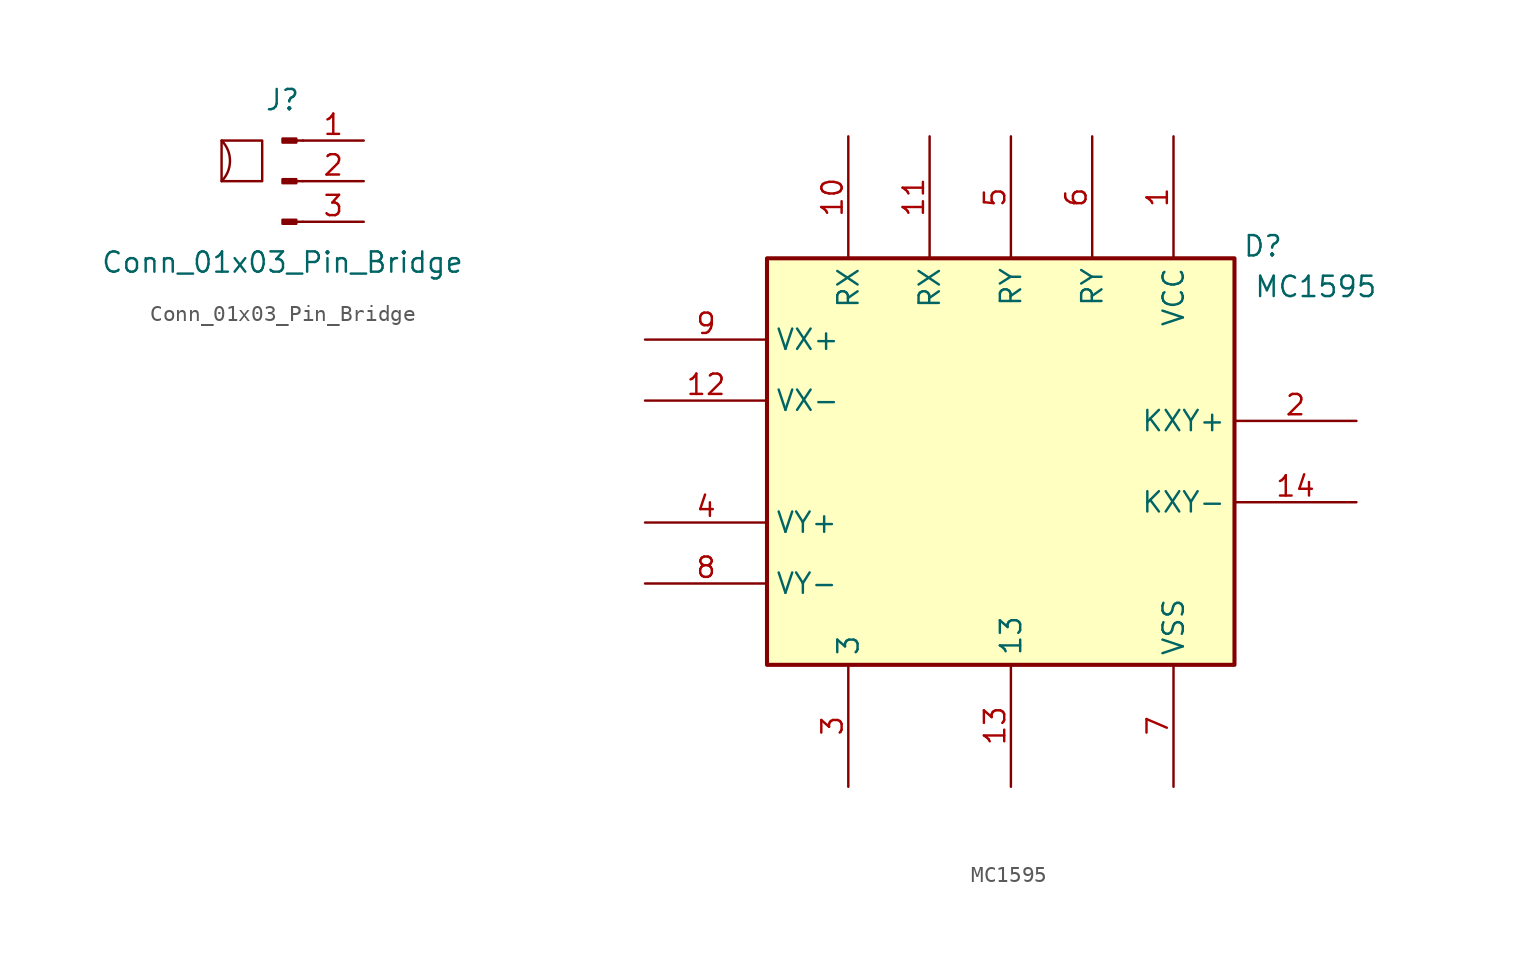
<source format=kicad_sym>
(kicad_symbol_lib
  (version 20241209)
  (generator "kicad_symbol_editor")
  (generator_version "9.0")
  (symbol "Conn_01x03_Pin_Bridge"
    (pin_names
      (offset 1.016)
      (hide yes))
    (property "Reference" "J"
      (at 0 5.08 0)
      (effects (font (size 1.27 1.27))))
    (property "Value" "Conn_01x03_Pin_Bridge"
      (at 0 -5.08 0)
      (effects (font (size 1.27 1.27))))
    (symbol "Conn_01x03_Pin_Bridge_1_1"
      (arc (start -3.81 2.54) (mid -3.2839 1.27) (end -3.81 0) (stroke (width 0) (type default)) (fill (type none)))
      (rectangle (start -3.81 2.54) (end -1.27 0) (stroke (width 0) (type default)) (fill (type none)))
      (rectangle (start 0.864 2.667) (end 0 2.413) (stroke (width 0.152) (type default)) (fill (type outline)))
      (rectangle (start 0.864 0.127) (end 0 -0.127) (stroke (width 0.152) (type default)) (fill (type outline)))
      (rectangle (start 0.864 -2.413) (end 0 -2.667) (stroke (width 0.152) (type default)) (fill (type outline)))
      (polyline (pts (xy 1.27 2.54) (xy 0.864 2.54)) (stroke (width 0.152) (type default)) (fill (type none)))
      (polyline (pts (xy 1.27 0) (xy 0.864 0)) (stroke (width 0.152) (type default)) (fill (type none)))
      (polyline (pts (xy 1.27 -2.54) (xy 0.864 -2.54)) (stroke (width 0.152) (type default)) (fill (type none)))
      (pin passive line (at 5.08 2.54 180) (length 3.81) (name "Pin_1" (effects (font (size 1.27 1.27)))) (number "1" (effects (font (size 1.27 1.27)))))
      (pin passive line (at 5.08 0 180) (length 3.81) (name "Pin_2" (effects (font (size 1.27 1.27)))) (number "2" (effects (font (size 1.27 1.27)))))
      (pin passive line (at 5.08 -2.54 180) (length 3.81) (name "Pin_3" (effects (font (size 1.27 1.27)))) (number "3" (effects (font (size 1.27 1.27)))))))
  (symbol "MC1595"
    (property "Reference" "D"
      (at 9.398 13.462 0)
      (effects (font (size 1.27 1.27))))
    (property "Value" "MC1595"
      (at 12.7 10.922 0)
      (effects (font (size 1.27 1.27))))
    (symbol "MC1595_0_1"
      (rectangle (start -21.59 12.7) (end 7.62 -12.7) (stroke (width 0.254) (type default)) (fill (type background))))
    (symbol "MC1595_1_1"
      (pin input line (at -29.21 7.62 0) (length 7.62) (name "VX+" (effects (font (size 1.27 1.27)))) (number "9" (effects (font (size 1.27 1.27)))))
      (pin input line (at -29.21 3.81 0) (length 7.62) (name "VX-" (effects (font (size 1.27 1.27)))) (number "12" (effects (font (size 1.27 1.27)))))
      (pin input line (at -29.21 -3.81 0) (length 7.62) (name "VY+" (effects (font (size 1.27 1.27)))) (number "4" (effects (font (size 1.27 1.27)))))
      (pin input line (at -29.21 -7.62 0) (length 7.62) (name "VY-" (effects (font (size 1.27 1.27)))) (number "8" (effects (font (size 1.27 1.27)))))
      (pin input line (at -16.51 20.32 270) (length 7.62) (name "RX" (effects (font (size 1.27 1.27)))) (number "10" (effects (font (size 1.27 1.27)))))
      (pin input line (at -16.51 -20.32 90) (length 7.62) (name "3" (effects (font (size 1.27 1.27)))) (number "3" (effects (font (size 1.27 1.27)))))
      (pin input line (at -11.43 20.32 270) (length 7.62) (name "RX" (effects (font (size 1.27 1.27)))) (number "11" (effects (font (size 1.27 1.27)))))
      (pin input line (at -6.35 20.32 270) (length 7.62) (name "RY" (effects (font (size 1.27 1.27)))) (number "5" (effects (font (size 1.27 1.27)))))
      (pin output line (at -6.35 -20.32 90) (length 7.62) (name "13" (effects (font (size 1.27 1.27)))) (number "13" (effects (font (size 1.27 1.27)))))
      (pin input line (at -1.27 20.32 270) (length 7.62) (name "RY" (effects (font (size 1.27 1.27)))) (number "6" (effects (font (size 1.27 1.27)))))
      (pin power_in line (at 3.81 20.32 270) (length 7.62) (name "VCC" (effects (font (size 1.27 1.27)))) (number "1" (effects (font (size 1.27 1.27)))))
      (pin power_in line (at 3.81 -20.32 90) (length 7.62) (name "VSS" (effects (font (size 1.27 1.27)))) (number "7" (effects (font (size 1.27 1.27)))))
      (pin output line (at 15.24 2.54 180) (length 7.62) (name "KXY+" (effects (font (size 1.27 1.27)))) (number "2" (effects (font (size 1.27 1.27)))))
      (pin output line (at 15.24 -2.54 180) (length 7.62) (name "KXY-" (effects (font (size 1.27 1.27)))) (number "14" (effects (font (size 1.27 1.27))))))))
</source>
